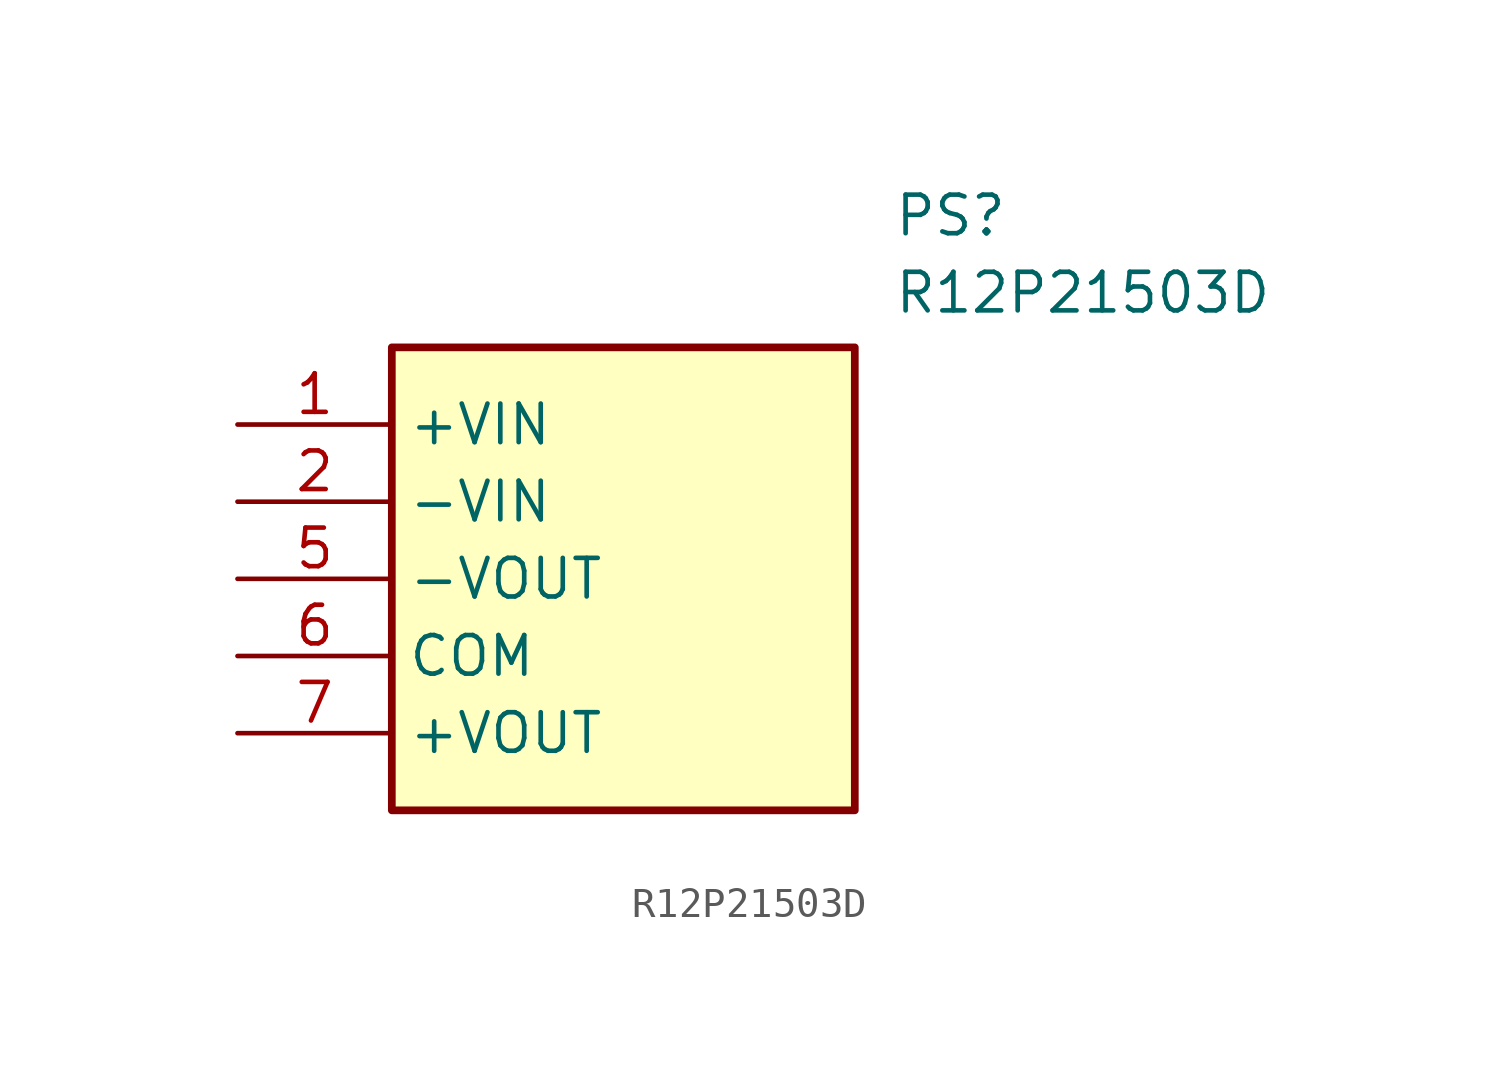
<source format=kicad_sym>
(kicad_symbol_lib
  (version 20211014)
  (generator SamacSys_ECAD_Model)
  (symbol "R12P21503D"
    (property "Reference" "PS"
      (at 21.59 7.62 0)
      (effects (font (size 1.27 1.27)) (justify left top)))
    (property "Value" "R12P21503D"
      (at 21.59 5.08 0)
      (effects (font (size 1.27 1.27)) (justify left top)))
    (rectangle
      (start 5.08 2.54)
      (end 20.32 -12.7)
      (stroke (width 0.254) (type default))
      (fill (type background)))
    (pin passive line
      (at 0 0 0)
      (length 5.08)
      (name "+VIN" (effects (font (size 1.27 1.27))))
      (number "1" (effects (font (size 1.27 1.27)))))
    (pin passive line
      (at 0 -2.54 0)
      (length 5.08)
      (name "-VIN" (effects (font (size 1.27 1.27))))
      (number "2" (effects (font (size 1.27 1.27)))))
    (pin passive line
      (at 0 -5.08 0)
      (length 5.08)
      (name "-VOUT" (effects (font (size 1.27 1.27))))
      (number "5" (effects (font (size 1.27 1.27)))))
    (pin passive line
      (at 0 -7.62 0)
      (length 5.08)
      (name "COM" (effects (font (size 1.27 1.27))))
      (number "6" (effects (font (size 1.27 1.27)))))
    (pin passive line
      (at 0 -10.16 0)
      (length 5.08)
      (name "+VOUT" (effects (font (size 1.27 1.27))))
      (number "7" (effects (font (size 1.27 1.27)))))))
</source>
